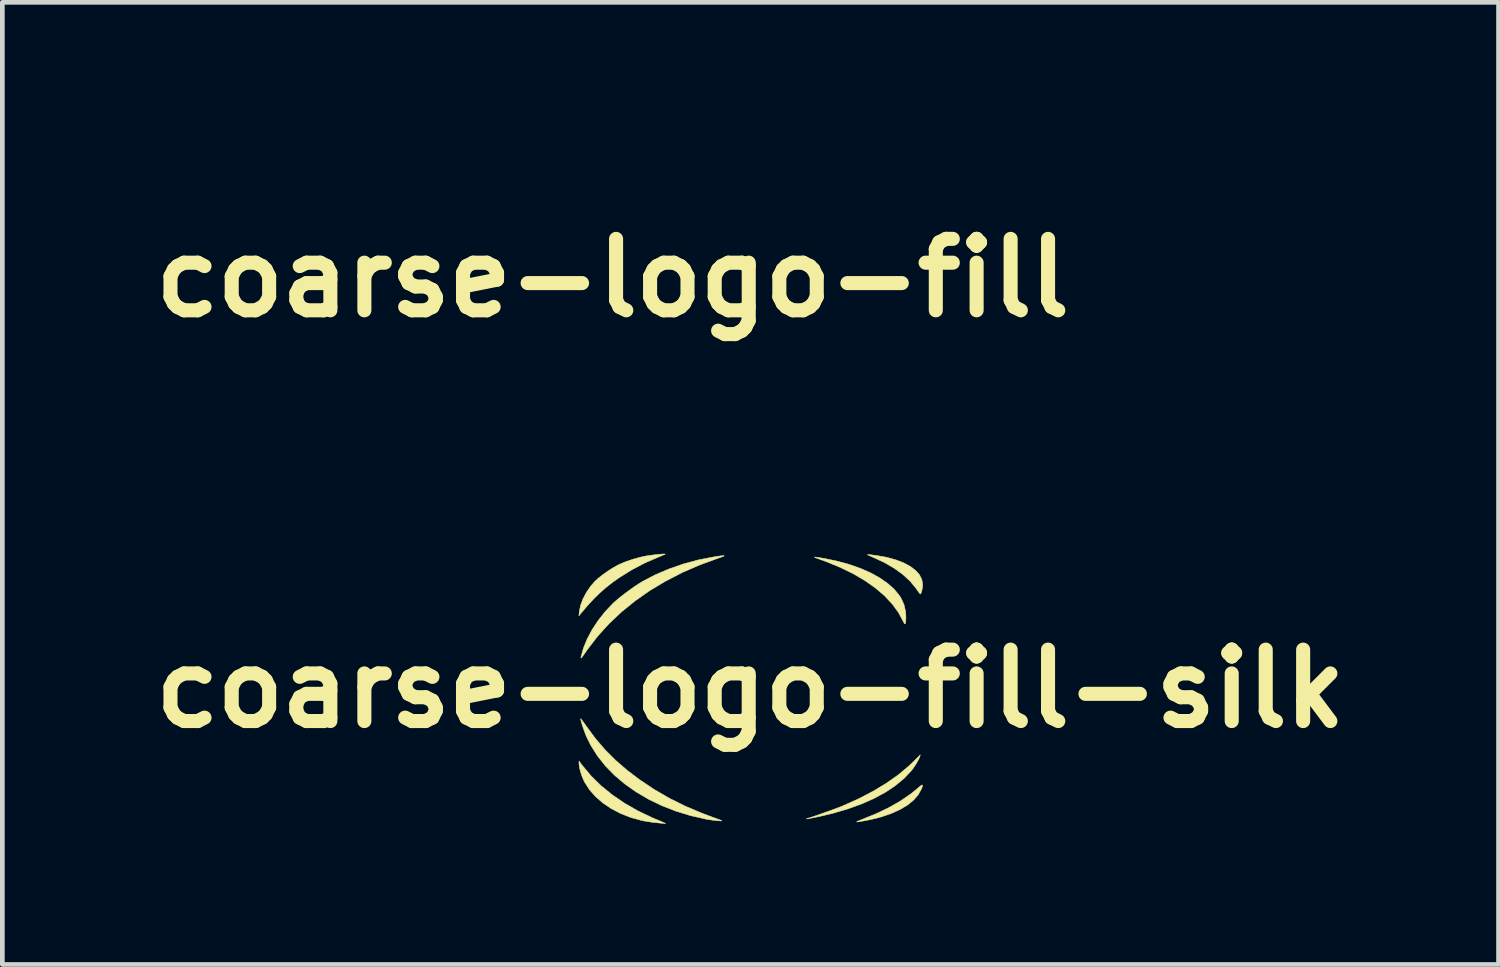
<source format=kicad_pcb>
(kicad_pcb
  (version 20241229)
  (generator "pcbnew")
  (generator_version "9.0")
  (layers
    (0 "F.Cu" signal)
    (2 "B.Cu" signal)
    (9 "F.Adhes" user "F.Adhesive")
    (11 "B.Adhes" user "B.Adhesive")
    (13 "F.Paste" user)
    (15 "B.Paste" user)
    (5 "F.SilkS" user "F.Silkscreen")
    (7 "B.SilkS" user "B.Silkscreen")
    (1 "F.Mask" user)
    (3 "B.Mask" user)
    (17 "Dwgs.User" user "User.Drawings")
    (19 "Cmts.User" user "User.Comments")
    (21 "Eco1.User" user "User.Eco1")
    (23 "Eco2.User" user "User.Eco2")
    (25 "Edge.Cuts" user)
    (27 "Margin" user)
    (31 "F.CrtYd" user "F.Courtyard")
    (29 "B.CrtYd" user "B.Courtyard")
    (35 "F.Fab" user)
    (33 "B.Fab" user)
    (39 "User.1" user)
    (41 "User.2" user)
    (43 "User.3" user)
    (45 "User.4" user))
  (footprint "coarse-logo-fill-silk"
    (layer "F.Cu")
    (at 12.961 11.645)
    (property "Reference" "coarse-logo-fill-silk" (at 0 0 0) (layer "F.SilkS") (effects (font (size 1.524 1.524) (thickness 0.3))))
    (attr through_hole)
    (fp_poly (pts (xy 3.672 2.074) (xy 3.658 2.116) (xy 3.647 2.142) (xy 3.579 2.264) (xy 3.479 2.378) (xy 3.35 2.483) (xy 3.191 2.577) (xy 3.004 2.662) (xy 2.789 2.735) (xy 2.77 2.74) (xy 2.696 2.76) (xy 2.609 2.781) (xy 2.518 2.801) (xy 2.429 2.818) (xy 2.352 2.832) (xy 2.293 2.841) (xy 2.267 2.842) (xy 2.269 2.837) (xy 2.296 2.823) (xy 2.344 2.803) (xy 2.409 2.778) (xy 2.412 2.776) (xy 2.699 2.659) (xy 2.965 2.53) (xy 3.209 2.39) (xy 3.425 2.241) (xy 3.575 2.119) (xy 3.624 2.077) (xy 3.656 2.055) (xy 3.671 2.054) (xy 3.672 2.074)) (stroke (width 0.01) (type solid)) (fill yes) (layer "F.SilkS"))
    (fp_poly (pts (xy -3.58 1.645) (xy -3.397 1.863) (xy -3.186 2.07) (xy -2.947 2.264) (xy -2.684 2.444) (xy -2.398 2.607) (xy -2.091 2.754) (xy -1.969 2.805) (xy -1.888 2.838) (xy -1.837 2.861) (xy -1.813 2.874) (xy -1.816 2.878) (xy -1.825 2.877) (xy -1.849 2.874) (xy -1.888 2.871) (xy -2.09 2.85) (xy -2.261 2.823) (xy -2.328 2.809) (xy -2.556 2.746) (xy -2.77 2.662) (xy -2.968 2.558) (xy -3.146 2.439) (xy -3.302 2.304) (xy -3.432 2.157) (xy -3.534 1.999) (xy -3.556 1.955) (xy -3.592 1.872) (xy -3.621 1.786) (xy -3.643 1.703) (xy -3.655 1.631) (xy -3.657 1.598) (xy -3.657 1.542) (xy -3.58 1.645)) (stroke (width 0.01) (type solid)) (fill yes) (layer "F.SilkS"))
    (fp_poly (pts (xy 1.415 -2.806) (xy 1.485 -2.795) (xy 1.575 -2.78) (xy 1.85 -2.723) (xy 2.107 -2.653) (xy 2.346 -2.569) (xy 2.563 -2.474) (xy 2.756 -2.367) (xy 2.924 -2.251) (xy 3.065 -2.126) (xy 3.175 -1.993) (xy 3.214 -1.933) (xy 3.277 -1.795) (xy 3.311 -1.648) (xy 3.318 -1.534) (xy 3.316 -1.462) (xy 3.311 -1.413) (xy 3.304 -1.387) (xy 3.292 -1.384) (xy 3.278 -1.402) (xy 3.261 -1.435) (xy 3.159 -1.625) (xy 3.026 -1.808) (xy 2.862 -1.983) (xy 2.668 -2.149) (xy 2.445 -2.306) (xy 2.194 -2.453) (xy 1.916 -2.589) (xy 1.611 -2.714) (xy 1.507 -2.752) (xy 1.432 -2.779) (xy 1.385 -2.797) (xy 1.365 -2.807) (xy 1.375 -2.81) (xy 1.415 -2.806)) (stroke (width 0.01) (type solid)) (fill yes) (layer "F.SilkS"))
    (fp_poly (pts (xy 2.561 -2.859) (xy 2.625 -2.851) (xy 2.7 -2.841) (xy 2.778 -2.828) (xy 2.853 -2.815) (xy 2.915 -2.802) (xy 2.928 -2.799) (xy 3.118 -2.745) (xy 3.282 -2.68) (xy 3.419 -2.605) (xy 3.528 -2.521) (xy 3.608 -2.43) (xy 3.657 -2.332) (xy 3.675 -2.228) (xy 3.675 -2.225) (xy 3.672 -2.178) (xy 3.665 -2.129) (xy 3.655 -2.083) (xy 3.643 -2.047) (xy 3.632 -2.025) (xy 3.625 -2.021) (xy 3.614 -2.031) (xy 3.592 -2.059) (xy 3.562 -2.1) (xy 3.535 -2.139) (xy 3.412 -2.29) (xy 3.259 -2.432) (xy 3.077 -2.565) (xy 2.868 -2.688) (xy 2.633 -2.798) (xy 2.62 -2.803) (xy 2.563 -2.828) (xy 2.52 -2.848) (xy 2.497 -2.86) (xy 2.495 -2.862) (xy 2.515 -2.863) (xy 2.561 -2.859)) (stroke (width 0.01) (type solid)) (fill yes) (layer "F.SilkS"))
    (fp_poly (pts (xy -1.817 -2.874) (xy -1.828 -2.867) (xy -1.863 -2.851) (xy -1.915 -2.829) (xy -1.957 -2.812) (xy -2.252 -2.684) (xy -2.536 -2.535) (xy -2.805 -2.367) (xy -2.939 -2.272) (xy -3.078 -2.163) (xy -3.21 -2.048) (xy -3.338 -1.923) (xy -3.467 -1.784) (xy -3.601 -1.627) (xy -3.606 -1.621) (xy -3.66 -1.554) (xy -3.651 -1.645) (xy -3.624 -1.78) (xy -3.571 -1.921) (xy -3.496 -2.062) (xy -3.401 -2.197) (xy -3.319 -2.291) (xy -3.246 -2.358) (xy -3.152 -2.432) (xy -3.047 -2.507) (xy -2.938 -2.577) (xy -2.834 -2.635) (xy -2.796 -2.654) (xy -2.659 -2.712) (xy -2.503 -2.765) (xy -2.342 -2.808) (xy -2.242 -2.83) (xy -2.176 -2.841) (xy -2.1 -2.851) (xy -2.021 -2.861) (xy -1.945 -2.869) (xy -1.881 -2.874) (xy -1.836 -2.876) (xy -1.817 -2.874)) (stroke (width 0.01) (type solid)) (fill yes) (layer "F.SilkS"))
    (fp_poly (pts (xy 3.615 1.445) (xy 3.596 1.492) (xy 3.564 1.553) (xy 3.524 1.62) (xy 3.48 1.687) (xy 3.435 1.746) (xy 3.434 1.748) (xy 3.279 1.912) (xy 3.095 2.065) (xy 2.882 2.208) (xy 2.641 2.338) (xy 2.374 2.457) (xy 2.08 2.563) (xy 1.761 2.657) (xy 1.473 2.725) (xy 1.392 2.742) (xy 1.318 2.757) (xy 1.26 2.768) (xy 1.228 2.774) (xy 1.194 2.778) (xy 1.192 2.777) (xy 1.219 2.767) (xy 1.348 2.725) (xy 1.482 2.679) (xy 1.615 2.632) (xy 1.74 2.587) (xy 1.85 2.546) (xy 1.94 2.512) (xy 1.975 2.497) (xy 2.314 2.345) (xy 2.625 2.182) (xy 2.908 2.011) (xy 3.162 1.832) (xy 3.384 1.645) (xy 3.471 1.562) (xy 3.516 1.517) (xy 3.556 1.477) (xy 3.587 1.447) (xy 3.595 1.439) (xy 3.625 1.409) (xy 3.615 1.445)) (stroke (width 0.01) (type solid)) (fill yes) (layer "F.SilkS"))
    (fp_poly (pts (xy -0.558 -2.836) (xy -0.577 -2.825) (xy -0.625 -2.807) (xy -0.694 -2.783) (xy -1.085 -2.64) (xy -1.458 -2.478) (xy -1.812 -2.295) (xy -2.147 -2.094) (xy -2.46 -1.875) (xy -2.751 -1.639) (xy -3.018 -1.387) (xy -3.261 -1.119) (xy -3.478 -0.837) (xy -3.507 -0.795) (xy -3.551 -0.732) (xy -3.582 -0.688) (xy -3.603 -0.663) (xy -3.613 -0.655) (xy -3.617 -0.66) (xy -3.615 -0.677) (xy -3.563 -0.866) (xy -3.484 -1.06) (xy -3.38 -1.256) (xy -3.253 -1.45) (xy -3.107 -1.636) (xy -2.944 -1.81) (xy -2.919 -1.834) (xy -2.851 -1.894) (xy -2.765 -1.965) (xy -2.666 -2.041) (xy -2.562 -2.117) (xy -2.46 -2.189) (xy -2.366 -2.251) (xy -2.303 -2.289) (xy -2.03 -2.432) (xy -1.736 -2.557) (xy -1.426 -2.664) (xy -1.107 -2.75) (xy -0.791 -2.811) (xy -0.686 -2.828) (xy -0.612 -2.837) (xy -0.57 -2.84) (xy -0.558 -2.836)) (stroke (width 0.01) (type solid)) (fill yes) (layer "F.SilkS"))
    (fp_poly (pts (xy -3.616 0.642) (xy -3.597 0.667) (xy -3.567 0.707) (xy -3.53 0.759) (xy -3.489 0.816) (xy -3.301 1.07) (xy -3.098 1.305) (xy -2.877 1.526) (xy -2.632 1.738) (xy -2.363 1.942) (xy -2.051 2.15) (xy -1.729 2.337) (xy -1.39 2.505) (xy -1.031 2.657) (xy -0.838 2.729) (xy -0.76 2.758) (xy -0.693 2.782) (xy -0.642 2.801) (xy -0.615 2.812) (xy -0.611 2.813) (xy -0.615 2.819) (xy -0.646 2.82) (xy -0.698 2.816) (xy -0.764 2.81) (xy -0.837 2.8) (xy -0.913 2.789) (xy -0.955 2.781) (xy -1.282 2.706) (xy -1.596 2.61) (xy -1.894 2.493) (xy -2.175 2.357) (xy -2.437 2.203) (xy -2.679 2.033) (xy -2.898 1.847) (xy -3.094 1.647) (xy -3.263 1.434) (xy -3.405 1.209) (xy -3.496 1.026) (xy -3.519 0.969) (xy -3.544 0.903) (xy -3.568 0.835) (xy -3.59 0.769) (xy -3.607 0.711) (xy -3.619 0.665) (xy -3.623 0.637) (xy -3.623 0.637) (xy -3.616 0.642)) (stroke (width 0.01) (type solid)) (fill yes) (layer "F.SilkS")))
  (footprint "coarse-logo-fill"
    (layer "F.Cu")
    (at 10.022 2.881)
    (property "Reference" "coarse-logo-fill" (at 0 0 0) (layer "F.SilkS") (effects (font (size 1.524 1.524) (thickness 0.3))))
    (attr through_hole)
    (fp_poly (pts (xy 3.672 2.074) (xy 3.658 2.116) (xy 3.647 2.142) (xy 3.579 2.264) (xy 3.479 2.378) (xy 3.35 2.483) (xy 3.191 2.577) (xy 3.004 2.662) (xy 2.789 2.735) (xy 2.77 2.74) (xy 2.696 2.76) (xy 2.609 2.781) (xy 2.518 2.801) (xy 2.429 2.818) (xy 2.352 2.832) (xy 2.293 2.841) (xy 2.267 2.842) (xy 2.269 2.837) (xy 2.296 2.823) (xy 2.344 2.803) (xy 2.409 2.778) (xy 2.412 2.776) (xy 2.699 2.659) (xy 2.965 2.53) (xy 3.209 2.39) (xy 3.425 2.241) (xy 3.575 2.119) (xy 3.624 2.077) (xy 3.656 2.055) (xy 3.671 2.054) (xy 3.672 2.074)) (stroke (width 0.01) (type solid)) (fill yes) (layer "F.Mask"))
    (fp_poly (pts (xy -3.58 1.645) (xy -3.397 1.863) (xy -3.186 2.07) (xy -2.947 2.264) (xy -2.684 2.444) (xy -2.398 2.607) (xy -2.091 2.754) (xy -1.969 2.805) (xy -1.888 2.838) (xy -1.837 2.861) (xy -1.813 2.874) (xy -1.816 2.878) (xy -1.825 2.877) (xy -1.849 2.874) (xy -1.888 2.871) (xy -2.09 2.85) (xy -2.261 2.823) (xy -2.328 2.809) (xy -2.556 2.746) (xy -2.77 2.662) (xy -2.968 2.558) (xy -3.146 2.439) (xy -3.302 2.304) (xy -3.432 2.157) (xy -3.534 1.999) (xy -3.556 1.955) (xy -3.592 1.872) (xy -3.621 1.786) (xy -3.643 1.703) (xy -3.655 1.631) (xy -3.657 1.598) (xy -3.657 1.542) (xy -3.58 1.645)) (stroke (width 0.01) (type solid)) (fill yes) (layer "F.Mask"))
    (fp_poly (pts (xy 1.415 -2.806) (xy 1.485 -2.795) (xy 1.575 -2.78) (xy 1.85 -2.723) (xy 2.107 -2.653) (xy 2.346 -2.569) (xy 2.563 -2.474) (xy 2.756 -2.367) (xy 2.924 -2.251) (xy 3.065 -2.126) (xy 3.175 -1.993) (xy 3.214 -1.933) (xy 3.277 -1.795) (xy 3.311 -1.648) (xy 3.318 -1.534) (xy 3.316 -1.462) (xy 3.311 -1.413) (xy 3.304 -1.387) (xy 3.292 -1.384) (xy 3.278 -1.402) (xy 3.261 -1.435) (xy 3.159 -1.625) (xy 3.026 -1.808) (xy 2.862 -1.983) (xy 2.668 -2.149) (xy 2.445 -2.306) (xy 2.194 -2.453) (xy 1.916 -2.589) (xy 1.611 -2.714) (xy 1.507 -2.752) (xy 1.432 -2.779) (xy 1.385 -2.797) (xy 1.365 -2.807) (xy 1.375 -2.81) (xy 1.415 -2.806)) (stroke (width 0.01) (type solid)) (fill yes) (layer "F.Mask"))
    (fp_poly (pts (xy 2.561 -2.859) (xy 2.625 -2.851) (xy 2.7 -2.841) (xy 2.778 -2.828) (xy 2.853 -2.815) (xy 2.915 -2.802) (xy 2.928 -2.799) (xy 3.118 -2.745) (xy 3.282 -2.68) (xy 3.419 -2.605) (xy 3.528 -2.521) (xy 3.608 -2.43) (xy 3.657 -2.332) (xy 3.675 -2.228) (xy 3.675 -2.225) (xy 3.672 -2.178) (xy 3.665 -2.129) (xy 3.655 -2.083) (xy 3.643 -2.047) (xy 3.632 -2.025) (xy 3.625 -2.021) (xy 3.614 -2.031) (xy 3.592 -2.059) (xy 3.562 -2.1) (xy 3.535 -2.139) (xy 3.412 -2.29) (xy 3.259 -2.432) (xy 3.077 -2.565) (xy 2.868 -2.688) (xy 2.633 -2.798) (xy 2.62 -2.803) (xy 2.563 -2.828) (xy 2.52 -2.848) (xy 2.497 -2.86) (xy 2.495 -2.862) (xy 2.515 -2.863) (xy 2.561 -2.859)) (stroke (width 0.01) (type solid)) (fill yes) (layer "F.Mask"))
    (fp_poly (pts (xy -1.817 -2.874) (xy -1.828 -2.867) (xy -1.863 -2.851) (xy -1.915 -2.829) (xy -1.957 -2.812) (xy -2.252 -2.684) (xy -2.536 -2.535) (xy -2.805 -2.367) (xy -2.939 -2.272) (xy -3.078 -2.163) (xy -3.21 -2.048) (xy -3.338 -1.923) (xy -3.467 -1.784) (xy -3.601 -1.627) (xy -3.606 -1.621) (xy -3.66 -1.554) (xy -3.651 -1.645) (xy -3.624 -1.78) (xy -3.571 -1.921) (xy -3.496 -2.062) (xy -3.401 -2.197) (xy -3.319 -2.291) (xy -3.246 -2.358) (xy -3.152 -2.432) (xy -3.047 -2.507) (xy -2.938 -2.577) (xy -2.834 -2.635) (xy -2.796 -2.654) (xy -2.659 -2.712) (xy -2.503 -2.765) (xy -2.342 -2.808) (xy -2.242 -2.83) (xy -2.176 -2.841) (xy -2.1 -2.851) (xy -2.021 -2.861) (xy -1.945 -2.869) (xy -1.881 -2.874) (xy -1.836 -2.876) (xy -1.817 -2.874)) (stroke (width 0.01) (type solid)) (fill yes) (layer "F.Mask"))
    (fp_poly (pts (xy 3.615 1.445) (xy 3.596 1.492) (xy 3.564 1.553) (xy 3.524 1.62) (xy 3.48 1.687) (xy 3.435 1.746) (xy 3.434 1.748) (xy 3.279 1.912) (xy 3.095 2.065) (xy 2.882 2.208) (xy 2.641 2.338) (xy 2.374 2.457) (xy 2.08 2.563) (xy 1.761 2.657) (xy 1.473 2.725) (xy 1.392 2.742) (xy 1.318 2.757) (xy 1.26 2.768) (xy 1.228 2.774) (xy 1.194 2.778) (xy 1.192 2.777) (xy 1.219 2.767) (xy 1.348 2.725) (xy 1.482 2.679) (xy 1.615 2.632) (xy 1.74 2.587) (xy 1.85 2.546) (xy 1.94 2.512) (xy 1.975 2.497) (xy 2.314 2.345) (xy 2.625 2.182) (xy 2.908 2.011) (xy 3.162 1.832) (xy 3.384 1.645) (xy 3.471 1.562) (xy 3.516 1.517) (xy 3.556 1.477) (xy 3.587 1.447) (xy 3.595 1.439) (xy 3.625 1.409) (xy 3.615 1.445)) (stroke (width 0.01) (type solid)) (fill yes) (layer "F.Mask"))
    (fp_poly (pts (xy -0.558 -2.836) (xy -0.577 -2.825) (xy -0.625 -2.807) (xy -0.694 -2.783) (xy -1.085 -2.64) (xy -1.458 -2.478) (xy -1.812 -2.295) (xy -2.147 -2.094) (xy -2.46 -1.875) (xy -2.751 -1.639) (xy -3.018 -1.387) (xy -3.261 -1.119) (xy -3.478 -0.837) (xy -3.507 -0.795) (xy -3.551 -0.732) (xy -3.582 -0.688) (xy -3.603 -0.663) (xy -3.613 -0.655) (xy -3.617 -0.66) (xy -3.615 -0.677) (xy -3.563 -0.866) (xy -3.484 -1.06) (xy -3.38 -1.256) (xy -3.253 -1.45) (xy -3.107 -1.636) (xy -2.944 -1.81) (xy -2.919 -1.834) (xy -2.851 -1.894) (xy -2.765 -1.965) (xy -2.666 -2.041) (xy -2.562 -2.117) (xy -2.46 -2.189) (xy -2.366 -2.251) (xy -2.303 -2.289) (xy -2.03 -2.432) (xy -1.736 -2.557) (xy -1.426 -2.664) (xy -1.107 -2.75) (xy -0.791 -2.811) (xy -0.686 -2.828) (xy -0.612 -2.837) (xy -0.57 -2.84) (xy -0.558 -2.836)) (stroke (width 0.01) (type solid)) (fill yes) (layer "F.Mask"))
    (fp_poly (pts (xy -3.616 0.642) (xy -3.597 0.667) (xy -3.567 0.707) (xy -3.53 0.759) (xy -3.489 0.816) (xy -3.301 1.07) (xy -3.098 1.305) (xy -2.877 1.526) (xy -2.632 1.738) (xy -2.363 1.942) (xy -2.051 2.15) (xy -1.729 2.337) (xy -1.39 2.505) (xy -1.031 2.657) (xy -0.838 2.729) (xy -0.76 2.758) (xy -0.693 2.782) (xy -0.642 2.801) (xy -0.615 2.812) (xy -0.611 2.813) (xy -0.615 2.819) (xy -0.646 2.82) (xy -0.698 2.816) (xy -0.764 2.81) (xy -0.837 2.8) (xy -0.913 2.789) (xy -0.955 2.781) (xy -1.282 2.706) (xy -1.596 2.61) (xy -1.894 2.493) (xy -2.175 2.357) (xy -2.437 2.203) (xy -2.679 2.033) (xy -2.898 1.847) (xy -3.094 1.647) (xy -3.263 1.434) (xy -3.405 1.209) (xy -3.496 1.026) (xy -3.519 0.969) (xy -3.544 0.903) (xy -3.568 0.835) (xy -3.59 0.769) (xy -3.607 0.711) (xy -3.619 0.665) (xy -3.623 0.637) (xy -3.623 0.637) (xy -3.616 0.642)) (stroke (width 0.01) (type solid)) (fill yes) (layer "F.Mask")))
  (gr_rect
    (start -3 -3)
    (end 28.923 17.528)
    (stroke (width 0.1) (type default))
    (fill no)
    (layer "Edge.Cuts")))
</source>
